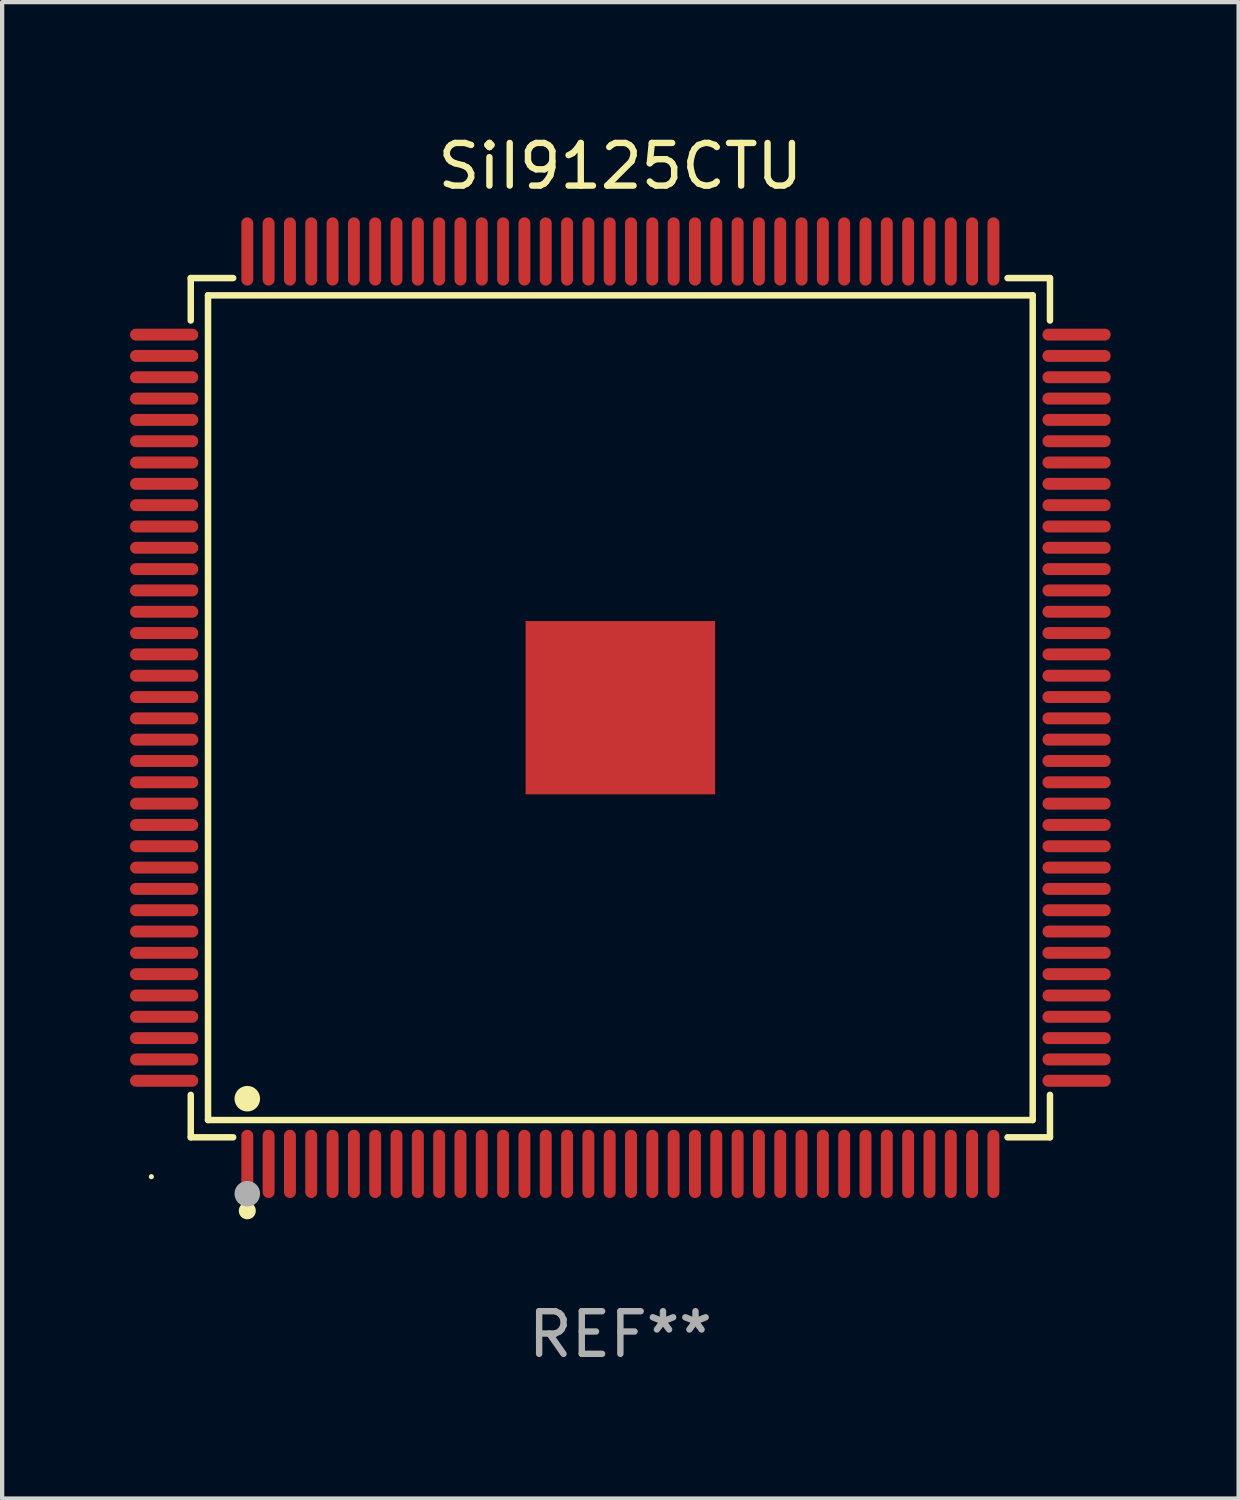
<source format=kicad_pcb>
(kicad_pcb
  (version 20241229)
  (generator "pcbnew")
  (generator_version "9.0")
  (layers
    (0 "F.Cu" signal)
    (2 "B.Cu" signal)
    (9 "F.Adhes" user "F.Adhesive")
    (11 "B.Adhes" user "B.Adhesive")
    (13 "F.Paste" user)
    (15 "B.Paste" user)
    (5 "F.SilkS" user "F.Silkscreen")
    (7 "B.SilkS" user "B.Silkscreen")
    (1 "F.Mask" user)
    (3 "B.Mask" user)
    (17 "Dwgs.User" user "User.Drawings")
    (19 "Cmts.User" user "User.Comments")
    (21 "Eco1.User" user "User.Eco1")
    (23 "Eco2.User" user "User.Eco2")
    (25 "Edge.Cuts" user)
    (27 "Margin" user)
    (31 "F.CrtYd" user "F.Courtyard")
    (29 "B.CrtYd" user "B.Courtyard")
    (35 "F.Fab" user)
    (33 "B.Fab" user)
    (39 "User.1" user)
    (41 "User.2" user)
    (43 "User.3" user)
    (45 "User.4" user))
  (footprint "SiI9125CTU"
    (layer "F.Cu")
    (at 11.5 13.548)
    (property "Reference" "SiI9125CTU" (at 0 -12.7 0) (layer "F.SilkS") (effects (font (size 1 1) (thickness 0.15))))
    (attr through_hole)
    (fp_line (start -10.076 -10.076) (end -9.081 -10.076) (stroke (width 0.152) (type solid)) (layer "F.SilkS"))
    (fp_line (start -10.076 -9.081) (end -10.076 -10.076) (stroke (width 0.152) (type solid)) (layer "F.SilkS"))
    (fp_line (start -10.076 9.081) (end -10.076 10.076) (stroke (width 0.152) (type solid)) (layer "F.SilkS"))
    (fp_line (start -10.076 10.076) (end -9.081 10.076) (stroke (width 0.152) (type solid)) (layer "F.SilkS"))
    (fp_line (start -9.671 -9.671) (end 9.671 -9.671) (stroke (width 0.152) (type solid)) (layer "F.SilkS"))
    (fp_line (start -9.671 9.671) (end -9.671 -9.671) (stroke (width 0.152) (type solid)) (layer "F.SilkS"))
    (fp_line (start 9.671 -9.671) (end 9.671 9.671) (stroke (width 0.152) (type solid)) (layer "F.SilkS"))
    (fp_line (start 9.671 9.671) (end -9.671 9.671) (stroke (width 0.152) (type solid)) (layer "F.SilkS"))
    (fp_line (start 10.076 -10.076) (end 9.081 -10.076) (stroke (width 0.152) (type solid)) (layer "F.SilkS"))
    (fp_line (start 10.076 -9.081) (end 10.076 -10.076) (stroke (width 0.152) (type solid)) (layer "F.SilkS"))
    (fp_line (start 10.076 9.081) (end 10.076 10.076) (stroke (width 0.152) (type solid)) (layer "F.SilkS"))
    (fp_line (start 10.076 10.076) (end 9.081 10.076) (stroke (width 0.152) (type solid)) (layer "F.SilkS"))
    (fp_circle (center -11 11) (end -10.97 11) (stroke (width 0.06) (type solid)) (fill no) (layer "F.SilkS"))
    (fp_circle (center -8.75 9.171) (end -8.6 9.171) (stroke (width 0.3) (type solid)) (fill no) (layer "F.SilkS"))
    (fp_circle (center -8.75 11.8) (end -8.65 11.8) (stroke (width 0.2) (type solid)) (fill no) (layer "F.SilkS"))
    (fp_circle (center -8.75 11.4) (end -8.6 11.4) (stroke (width 0.3) (type solid)) (fill no) (layer "F.Fab"))
    (fp_text user "REF**" (at 0 14.7 0) (layer "F.Fab") (effects (font (size 1 1) (thickness 0.15))))
    (pad "1" smd oval (at -8.75 10.7) (size 0.28 1.6) (layers "F.Cu" "F.Mask" "F.Paste"))
    (pad "2" smd oval (at -8.25 10.7) (size 0.28 1.6) (layers "F.Cu" "F.Mask" "F.Paste"))
    (pad "3" smd oval (at -7.75 10.7) (size 0.28 1.6) (layers "F.Cu" "F.Mask" "F.Paste"))
    (pad "4" smd oval (at -7.25 10.7) (size 0.28 1.6) (layers "F.Cu" "F.Mask" "F.Paste"))
    (pad "5" smd oval (at -6.75 10.7) (size 0.28 1.6) (layers "F.Cu" "F.Mask" "F.Paste"))
    (pad "6" smd oval (at -6.25 10.7) (size 0.28 1.6) (layers "F.Cu" "F.Mask" "F.Paste"))
    (pad "7" smd oval (at -5.75 10.7) (size 0.28 1.6) (layers "F.Cu" "F.Mask" "F.Paste"))
    (pad "8" smd oval (at -5.25 10.7) (size 0.28 1.6) (layers "F.Cu" "F.Mask" "F.Paste"))
    (pad "9" smd oval (at -4.75 10.7) (size 0.28 1.6) (layers "F.Cu" "F.Mask" "F.Paste"))
    (pad "10" smd oval (at -4.25 10.7) (size 0.28 1.6) (layers "F.Cu" "F.Mask" "F.Paste"))
    (pad "11" smd oval (at -3.75 10.7) (size 0.28 1.6) (layers "F.Cu" "F.Mask" "F.Paste"))
    (pad "12" smd oval (at -3.25 10.7) (size 0.28 1.6) (layers "F.Cu" "F.Mask" "F.Paste"))
    (pad "13" smd oval (at -2.75 10.7) (size 0.28 1.6) (layers "F.Cu" "F.Mask" "F.Paste"))
    (pad "14" smd oval (at -2.25 10.7) (size 0.28 1.6) (layers "F.Cu" "F.Mask" "F.Paste"))
    (pad "15" smd oval (at -1.75 10.7) (size 0.28 1.6) (layers "F.Cu" "F.Mask" "F.Paste"))
    (pad "16" smd oval (at -1.25 10.7) (size 0.28 1.6) (layers "F.Cu" "F.Mask" "F.Paste"))
    (pad "17" smd oval (at -0.75 10.7) (size 0.28 1.6) (layers "F.Cu" "F.Mask" "F.Paste"))
    (pad "18" smd oval (at -0.25 10.7) (size 0.28 1.6) (layers "F.Cu" "F.Mask" "F.Paste"))
    (pad "19" smd oval (at 0.25 10.7) (size 0.28 1.6) (layers "F.Cu" "F.Mask" "F.Paste"))
    (pad "20" smd oval (at 0.75 10.7) (size 0.28 1.6) (layers "F.Cu" "F.Mask" "F.Paste"))
    (pad "21" smd oval (at 1.25 10.7) (size 0.28 1.6) (layers "F.Cu" "F.Mask" "F.Paste"))
    (pad "22" smd oval (at 1.75 10.7) (size 0.28 1.6) (layers "F.Cu" "F.Mask" "F.Paste"))
    (pad "23" smd oval (at 2.25 10.7) (size 0.28 1.6) (layers "F.Cu" "F.Mask" "F.Paste"))
    (pad "24" smd oval (at 2.75 10.7) (size 0.28 1.6) (layers "F.Cu" "F.Mask" "F.Paste"))
    (pad "25" smd oval (at 3.25 10.7) (size 0.28 1.6) (layers "F.Cu" "F.Mask" "F.Paste"))
    (pad "26" smd oval (at 3.75 10.7) (size 0.28 1.6) (layers "F.Cu" "F.Mask" "F.Paste"))
    (pad "27" smd oval (at 4.25 10.7) (size 0.28 1.6) (layers "F.Cu" "F.Mask" "F.Paste"))
    (pad "28" smd oval (at 4.75 10.7) (size 0.28 1.6) (layers "F.Cu" "F.Mask" "F.Paste"))
    (pad "29" smd oval (at 5.25 10.7) (size 0.28 1.6) (layers "F.Cu" "F.Mask" "F.Paste"))
    (pad "30" smd oval (at 5.75 10.7) (size 0.28 1.6) (layers "F.Cu" "F.Mask" "F.Paste"))
    (pad "31" smd oval (at 6.25 10.7) (size 0.28 1.6) (layers "F.Cu" "F.Mask" "F.Paste"))
    (pad "32" smd oval (at 6.75 10.7) (size 0.28 1.6) (layers "F.Cu" "F.Mask" "F.Paste"))
    (pad "33" smd oval (at 7.25 10.7) (size 0.28 1.6) (layers "F.Cu" "F.Mask" "F.Paste"))
    (pad "34" smd oval (at 7.75 10.7) (size 0.28 1.6) (layers "F.Cu" "F.Mask" "F.Paste"))
    (pad "35" smd oval (at 8.25 10.7) (size 0.28 1.6) (layers "F.Cu" "F.Mask" "F.Paste"))
    (pad "36" smd oval (at 8.75 10.7) (size 0.28 1.6) (layers "F.Cu" "F.Mask" "F.Paste"))
    (pad "37" smd oval (at 10.7 8.75) (size 1.6 0.28) (layers "F.Cu" "F.Mask" "F.Paste"))
    (pad "38" smd oval (at 10.7 8.25) (size 1.6 0.28) (layers "F.Cu" "F.Mask" "F.Paste"))
    (pad "39" smd oval (at 10.7 7.75) (size 1.6 0.28) (layers "F.Cu" "F.Mask" "F.Paste"))
    (pad "40" smd oval (at 10.7 7.25) (size 1.6 0.28) (layers "F.Cu" "F.Mask" "F.Paste"))
    (pad "41" smd oval (at 10.7 6.75) (size 1.6 0.28) (layers "F.Cu" "F.Mask" "F.Paste"))
    (pad "42" smd oval (at 10.7 6.25) (size 1.6 0.28) (layers "F.Cu" "F.Mask" "F.Paste"))
    (pad "43" smd oval (at 10.7 5.75) (size 1.6 0.28) (layers "F.Cu" "F.Mask" "F.Paste"))
    (pad "44" smd oval (at 10.7 5.25) (size 1.6 0.28) (layers "F.Cu" "F.Mask" "F.Paste"))
    (pad "45" smd oval (at 10.7 4.75) (size 1.6 0.28) (layers "F.Cu" "F.Mask" "F.Paste"))
    (pad "46" smd oval (at 10.7 4.25) (size 1.6 0.28) (layers "F.Cu" "F.Mask" "F.Paste"))
    (pad "47" smd oval (at 10.7 3.75) (size 1.6 0.28) (layers "F.Cu" "F.Mask" "F.Paste"))
    (pad "48" smd oval (at 10.7 3.25) (size 1.6 0.28) (layers "F.Cu" "F.Mask" "F.Paste"))
    (pad "49" smd oval (at 10.7 2.75) (size 1.6 0.28) (layers "F.Cu" "F.Mask" "F.Paste"))
    (pad "50" smd oval (at 10.7 2.25) (size 1.6 0.28) (layers "F.Cu" "F.Mask" "F.Paste"))
    (pad "51" smd oval (at 10.7 1.75) (size 1.6 0.28) (layers "F.Cu" "F.Mask" "F.Paste"))
    (pad "52" smd oval (at 10.7 1.25) (size 1.6 0.28) (layers "F.Cu" "F.Mask" "F.Paste"))
    (pad "53" smd oval (at 10.7 0.75) (size 1.6 0.28) (layers "F.Cu" "F.Mask" "F.Paste"))
    (pad "54" smd oval (at 10.7 0.25) (size 1.6 0.28) (layers "F.Cu" "F.Mask" "F.Paste"))
    (pad "55" smd oval (at 10.7 -0.25) (size 1.6 0.28) (layers "F.Cu" "F.Mask" "F.Paste"))
    (pad "56" smd oval (at 10.7 -0.75) (size 1.6 0.28) (layers "F.Cu" "F.Mask" "F.Paste"))
    (pad "57" smd oval (at 10.7 -1.25) (size 1.6 0.28) (layers "F.Cu" "F.Mask" "F.Paste"))
    (pad "58" smd oval (at 10.7 -1.75) (size 1.6 0.28) (layers "F.Cu" "F.Mask" "F.Paste"))
    (pad "59" smd oval (at 10.7 -2.25) (size 1.6 0.28) (layers "F.Cu" "F.Mask" "F.Paste"))
    (pad "60" smd oval (at 10.7 -2.75) (size 1.6 0.28) (layers "F.Cu" "F.Mask" "F.Paste"))
    (pad "61" smd oval (at 10.7 -3.25) (size 1.6 0.28) (layers "F.Cu" "F.Mask" "F.Paste"))
    (pad "62" smd oval (at 10.7 -3.75) (size 1.6 0.28) (layers "F.Cu" "F.Mask" "F.Paste"))
    (pad "63" smd oval (at 10.7 -4.25) (size 1.6 0.28) (layers "F.Cu" "F.Mask" "F.Paste"))
    (pad "64" smd oval (at 10.7 -4.75) (size 1.6 0.28) (layers "F.Cu" "F.Mask" "F.Paste"))
    (pad "65" smd oval (at 10.7 -5.25) (size 1.6 0.28) (layers "F.Cu" "F.Mask" "F.Paste"))
    (pad "66" smd oval (at 10.7 -5.75) (size 1.6 0.28) (layers "F.Cu" "F.Mask" "F.Paste"))
    (pad "67" smd oval (at 10.7 -6.25) (size 1.6 0.28) (layers "F.Cu" "F.Mask" "F.Paste"))
    (pad "68" smd oval (at 10.7 -6.75) (size 1.6 0.28) (layers "F.Cu" "F.Mask" "F.Paste"))
    (pad "69" smd oval (at 10.7 -7.25) (size 1.6 0.28) (layers "F.Cu" "F.Mask" "F.Paste"))
    (pad "70" smd oval (at 10.7 -7.75) (size 1.6 0.28) (layers "F.Cu" "F.Mask" "F.Paste"))
    (pad "71" smd oval (at 10.7 -8.25) (size 1.6 0.28) (layers "F.Cu" "F.Mask" "F.Paste"))
    (pad "72" smd oval (at 10.7 -8.75) (size 1.6 0.28) (layers "F.Cu" "F.Mask" "F.Paste"))
    (pad "73" smd oval (at 8.75 -10.7) (size 0.28 1.6) (layers "F.Cu" "F.Mask" "F.Paste"))
    (pad "74" smd oval (at 8.25 -10.7) (size 0.28 1.6) (layers "F.Cu" "F.Mask" "F.Paste"))
    (pad "75" smd oval (at 7.75 -10.7) (size 0.28 1.6) (layers "F.Cu" "F.Mask" "F.Paste"))
    (pad "76" smd oval (at 7.25 -10.7) (size 0.28 1.6) (layers "F.Cu" "F.Mask" "F.Paste"))
    (pad "77" smd oval (at 6.75 -10.7) (size 0.28 1.6) (layers "F.Cu" "F.Mask" "F.Paste"))
    (pad "78" smd oval (at 6.25 -10.7) (size 0.28 1.6) (layers "F.Cu" "F.Mask" "F.Paste"))
    (pad "79" smd oval (at 5.75 -10.7) (size 0.28 1.6) (layers "F.Cu" "F.Mask" "F.Paste"))
    (pad "80" smd oval (at 5.25 -10.7) (size 0.28 1.6) (layers "F.Cu" "F.Mask" "F.Paste"))
    (pad "81" smd oval (at 4.75 -10.7) (size 0.28 1.6) (layers "F.Cu" "F.Mask" "F.Paste"))
    (pad "82" smd oval (at 4.25 -10.7) (size 0.28 1.6) (layers "F.Cu" "F.Mask" "F.Paste"))
    (pad "83" smd oval (at 3.75 -10.7) (size 0.28 1.6) (layers "F.Cu" "F.Mask" "F.Paste"))
    (pad "84" smd oval (at 3.25 -10.7) (size 0.28 1.6) (layers "F.Cu" "F.Mask" "F.Paste"))
    (pad "85" smd oval (at 2.75 -10.7) (size 0.28 1.6) (layers "F.Cu" "F.Mask" "F.Paste"))
    (pad "86" smd oval (at 2.25 -10.7) (size 0.28 1.6) (layers "F.Cu" "F.Mask" "F.Paste"))
    (pad "87" smd oval (at 1.75 -10.7) (size 0.28 1.6) (layers "F.Cu" "F.Mask" "F.Paste"))
    (pad "88" smd oval (at 1.25 -10.7) (size 0.28 1.6) (layers "F.Cu" "F.Mask" "F.Paste"))
    (pad "89" smd oval (at 0.75 -10.7) (size 0.28 1.6) (layers "F.Cu" "F.Mask" "F.Paste"))
    (pad "90" smd oval (at 0.25 -10.7) (size 0.28 1.6) (layers "F.Cu" "F.Mask" "F.Paste"))
    (pad "91" smd oval (at -0.25 -10.7) (size 0.28 1.6) (layers "F.Cu" "F.Mask" "F.Paste"))
    (pad "92" smd oval (at -0.75 -10.7) (size 0.28 1.6) (layers "F.Cu" "F.Mask" "F.Paste"))
    (pad "93" smd oval (at -1.25 -10.7) (size 0.28 1.6) (layers "F.Cu" "F.Mask" "F.Paste"))
    (pad "94" smd oval (at -1.75 -10.7) (size 0.28 1.6) (layers "F.Cu" "F.Mask" "F.Paste"))
    (pad "95" smd oval (at -2.25 -10.7) (size 0.28 1.6) (layers "F.Cu" "F.Mask" "F.Paste"))
    (pad "96" smd oval (at -2.75 -10.7) (size 0.28 1.6) (layers "F.Cu" "F.Mask" "F.Paste"))
    (pad "97" smd oval (at -3.25 -10.7) (size 0.28 1.6) (layers "F.Cu" "F.Mask" "F.Paste"))
    (pad "98" smd oval (at -3.75 -10.7) (size 0.28 1.6) (layers "F.Cu" "F.Mask" "F.Paste"))
    (pad "99" smd oval (at -4.25 -10.7) (size 0.28 1.6) (layers "F.Cu" "F.Mask" "F.Paste"))
    (pad "100" smd oval (at -4.75 -10.7) (size 0.28 1.6) (layers "F.Cu" "F.Mask" "F.Paste"))
    (pad "101" smd oval (at -5.25 -10.7) (size 0.28 1.6) (layers "F.Cu" "F.Mask" "F.Paste"))
    (pad "102" smd oval (at -5.75 -10.7) (size 0.28 1.6) (layers "F.Cu" "F.Mask" "F.Paste"))
    (pad "103" smd oval (at -6.25 -10.7) (size 0.28 1.6) (layers "F.Cu" "F.Mask" "F.Paste"))
    (pad "104" smd oval (at -6.75 -10.7) (size 0.28 1.6) (layers "F.Cu" "F.Mask" "F.Paste"))
    (pad "105" smd oval (at -7.25 -10.7) (size 0.28 1.6) (layers "F.Cu" "F.Mask" "F.Paste"))
    (pad "106" smd oval (at -7.75 -10.7) (size 0.28 1.6) (layers "F.Cu" "F.Mask" "F.Paste"))
    (pad "107" smd oval (at -8.25 -10.7) (size 0.28 1.6) (layers "F.Cu" "F.Mask" "F.Paste"))
    (pad "108" smd oval (at -8.75 -10.7) (size 0.28 1.6) (layers "F.Cu" "F.Mask" "F.Paste"))
    (pad "109" smd oval (at -10.7 -8.75) (size 1.6 0.28) (layers "F.Cu" "F.Mask" "F.Paste"))
    (pad "110" smd oval (at -10.7 -8.25) (size 1.6 0.28) (layers "F.Cu" "F.Mask" "F.Paste"))
    (pad "111" smd oval (at -10.7 -7.75) (size 1.6 0.28) (layers "F.Cu" "F.Mask" "F.Paste"))
    (pad "112" smd oval (at -10.7 -7.25) (size 1.6 0.28) (layers "F.Cu" "F.Mask" "F.Paste"))
    (pad "113" smd oval (at -10.7 -6.75) (size 1.6 0.28) (layers "F.Cu" "F.Mask" "F.Paste"))
    (pad "114" smd oval (at -10.7 -6.25) (size 1.6 0.28) (layers "F.Cu" "F.Mask" "F.Paste"))
    (pad "115" smd oval (at -10.7 -5.75) (size 1.6 0.28) (layers "F.Cu" "F.Mask" "F.Paste"))
    (pad "116" smd oval (at -10.7 -5.25) (size 1.6 0.28) (layers "F.Cu" "F.Mask" "F.Paste"))
    (pad "117" smd oval (at -10.7 -4.75) (size 1.6 0.28) (layers "F.Cu" "F.Mask" "F.Paste"))
    (pad "118" smd oval (at -10.7 -4.25) (size 1.6 0.28) (layers "F.Cu" "F.Mask" "F.Paste"))
    (pad "119" smd oval (at -10.7 -3.75) (size 1.6 0.28) (layers "F.Cu" "F.Mask" "F.Paste"))
    (pad "120" smd oval (at -10.7 -3.25) (size 1.6 0.28) (layers "F.Cu" "F.Mask" "F.Paste"))
    (pad "121" smd oval (at -10.7 -2.75) (size 1.6 0.28) (layers "F.Cu" "F.Mask" "F.Paste"))
    (pad "122" smd oval (at -10.7 -2.25) (size 1.6 0.28) (layers "F.Cu" "F.Mask" "F.Paste"))
    (pad "123" smd oval (at -10.7 -1.75) (size 1.6 0.28) (layers "F.Cu" "F.Mask" "F.Paste"))
    (pad "124" smd oval (at -10.7 -1.25) (size 1.6 0.28) (layers "F.Cu" "F.Mask" "F.Paste"))
    (pad "125" smd oval (at -10.7 -0.75) (size 1.6 0.28) (layers "F.Cu" "F.Mask" "F.Paste"))
    (pad "126" smd oval (at -10.7 -0.25) (size 1.6 0.28) (layers "F.Cu" "F.Mask" "F.Paste"))
    (pad "127" smd oval (at -10.7 0.25) (size 1.6 0.28) (layers "F.Cu" "F.Mask" "F.Paste"))
    (pad "128" smd oval (at -10.7 0.75) (size 1.6 0.28) (layers "F.Cu" "F.Mask" "F.Paste"))
    (pad "129" smd oval (at -10.7 1.25) (size 1.6 0.28) (layers "F.Cu" "F.Mask" "F.Paste"))
    (pad "130" smd oval (at -10.7 1.75) (size 1.6 0.28) (layers "F.Cu" "F.Mask" "F.Paste"))
    (pad "131" smd oval (at -10.7 2.25) (size 1.6 0.28) (layers "F.Cu" "F.Mask" "F.Paste"))
    (pad "132" smd oval (at -10.7 2.75) (size 1.6 0.28) (layers "F.Cu" "F.Mask" "F.Paste"))
    (pad "133" smd oval (at -10.7 3.25) (size 1.6 0.28) (layers "F.Cu" "F.Mask" "F.Paste"))
    (pad "134" smd oval (at -10.7 3.75) (size 1.6 0.28) (layers "F.Cu" "F.Mask" "F.Paste"))
    (pad "135" smd oval (at -10.7 4.25) (size 1.6 0.28) (layers "F.Cu" "F.Mask" "F.Paste"))
    (pad "136" smd oval (at -10.7 4.75) (size 1.6 0.28) (layers "F.Cu" "F.Mask" "F.Paste"))
    (pad "137" smd oval (at -10.7 5.25) (size 1.6 0.28) (layers "F.Cu" "F.Mask" "F.Paste"))
    (pad "138" smd oval (at -10.7 5.75) (size 1.6 0.28) (layers "F.Cu" "F.Mask" "F.Paste"))
    (pad "139" smd oval (at -10.7 6.25) (size 1.6 0.28) (layers "F.Cu" "F.Mask" "F.Paste"))
    (pad "140" smd oval (at -10.7 6.75) (size 1.6 0.28) (layers "F.Cu" "F.Mask" "F.Paste"))
    (pad "141" smd oval (at -10.7 7.25) (size 1.6 0.28) (layers "F.Cu" "F.Mask" "F.Paste"))
    (pad "142" smd oval (at -10.7 7.75) (size 1.6 0.28) (layers "F.Cu" "F.Mask" "F.Paste"))
    (pad "143" smd oval (at -10.7 8.25) (size 1.6 0.28) (layers "F.Cu" "F.Mask" "F.Paste"))
    (pad "144" smd oval (at -10.7 8.75) (size 1.6 0.28) (layers "F.Cu" "F.Mask" "F.Paste"))
    (pad "145" smd rect (at 0 0) (size 4.445 4.064) (layers "F.Cu" "F.Mask" "F.Paste")))
  (gr_rect
    (start -3 -3)
    (end 26 32.097)
    (stroke (width 0.1) (type default))
    (fill no)
    (layer "Edge.Cuts")))
</source>
